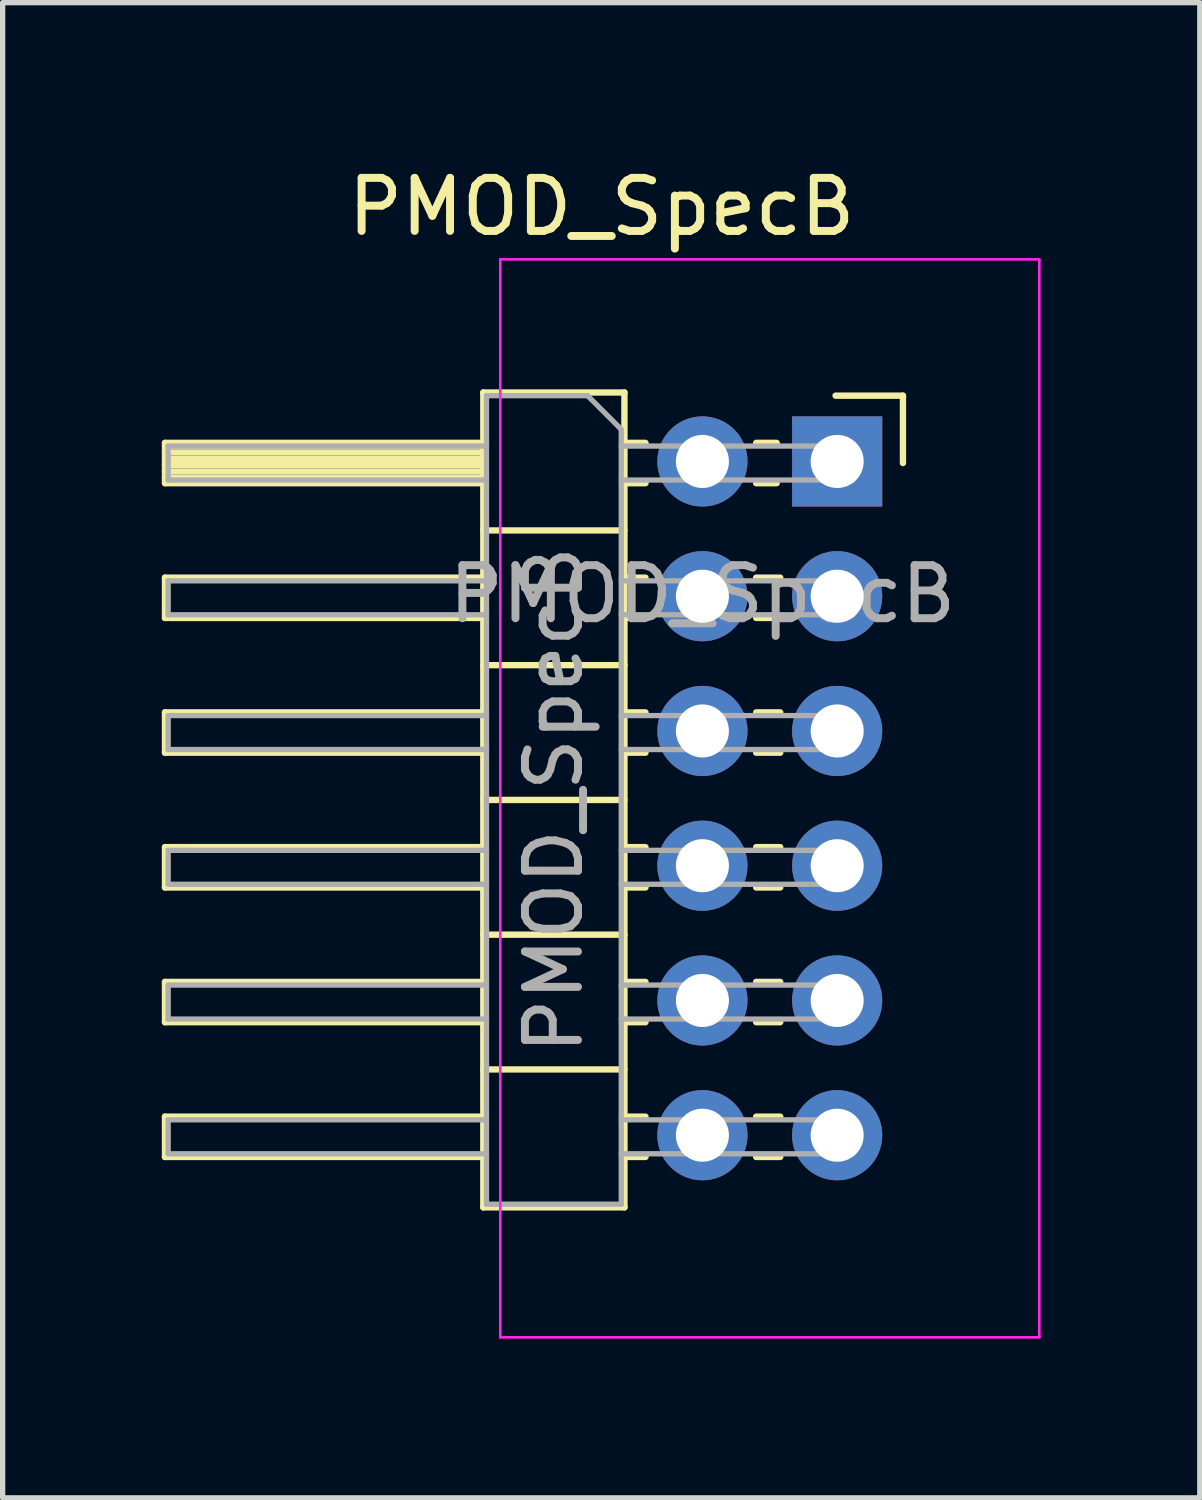
<source format=kicad_pcb>
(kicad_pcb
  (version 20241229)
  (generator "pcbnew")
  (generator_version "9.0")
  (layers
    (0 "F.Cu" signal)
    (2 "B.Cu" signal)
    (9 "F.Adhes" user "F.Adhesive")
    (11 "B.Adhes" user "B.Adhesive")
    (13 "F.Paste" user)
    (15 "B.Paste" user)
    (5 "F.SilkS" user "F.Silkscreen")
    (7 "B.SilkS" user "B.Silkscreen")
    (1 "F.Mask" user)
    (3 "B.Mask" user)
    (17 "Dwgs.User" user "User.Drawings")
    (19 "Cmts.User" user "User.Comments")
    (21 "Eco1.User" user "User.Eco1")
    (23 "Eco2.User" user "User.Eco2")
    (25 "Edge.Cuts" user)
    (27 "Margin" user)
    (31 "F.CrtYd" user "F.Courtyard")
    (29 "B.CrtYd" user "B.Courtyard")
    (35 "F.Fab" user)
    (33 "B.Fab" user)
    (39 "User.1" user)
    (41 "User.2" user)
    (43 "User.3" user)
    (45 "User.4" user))
  (footprint "PMOD_SpecB"
    (layer "F.Cu")
    (at 10.19 5.648)
    (property "Reference" "PMOD_SpecB" (at -1.9 -4.8 0) (unlocked yes) (layer "F.SilkS") (effects (font (size 1 1) (thickness 0.15))))
    (attr through_hole)
    (fp_line (start -10.13 -0.35) (end -10.13 0.41) (stroke (width 0.12) (type solid)) (layer "F.SilkS"))
    (fp_line (start -10.13 0.41) (end -4.13 0.41) (stroke (width 0.12) (type solid)) (layer "F.SilkS"))
    (fp_line (start -10.13 2.19) (end -10.13 2.95) (stroke (width 0.12) (type solid)) (layer "F.SilkS"))
    (fp_line (start -10.13 2.95) (end -4.13 2.95) (stroke (width 0.12) (type solid)) (layer "F.SilkS"))
    (fp_line (start -10.13 4.73) (end -10.13 5.49) (stroke (width 0.12) (type solid)) (layer "F.SilkS"))
    (fp_line (start -10.13 5.49) (end -4.13 5.49) (stroke (width 0.12) (type solid)) (layer "F.SilkS"))
    (fp_line (start -10.13 7.27) (end -10.13 8.03) (stroke (width 0.12) (type solid)) (layer "F.SilkS"))
    (fp_line (start -10.13 8.03) (end -4.13 8.03) (stroke (width 0.12) (type solid)) (layer "F.SilkS"))
    (fp_line (start -10.13 9.81) (end -10.13 10.57) (stroke (width 0.12) (type solid)) (layer "F.SilkS"))
    (fp_line (start -10.13 10.57) (end -4.13 10.57) (stroke (width 0.12) (type solid)) (layer "F.SilkS"))
    (fp_line (start -10.13 12.35) (end -10.13 13.11) (stroke (width 0.12) (type solid)) (layer "F.SilkS"))
    (fp_line (start -10.13 13.11) (end -4.13 13.11) (stroke (width 0.12) (type solid)) (layer "F.SilkS"))
    (fp_line (start -4.13 -1.3) (end -1.47 -1.3) (stroke (width 0.12) (type solid)) (layer "F.SilkS"))
    (fp_line (start -4.13 -0.35) (end -10.13 -0.35) (stroke (width 0.12) (type solid)) (layer "F.SilkS"))
    (fp_line (start -4.13 -0.29) (end -10.13 -0.29) (stroke (width 0.12) (type solid)) (layer "F.SilkS"))
    (fp_line (start -4.13 -0.17) (end -10.13 -0.17) (stroke (width 0.12) (type solid)) (layer "F.SilkS"))
    (fp_line (start -4.13 -0.05) (end -10.13 -0.05) (stroke (width 0.12) (type solid)) (layer "F.SilkS"))
    (fp_line (start -4.13 0.07) (end -10.13 0.07) (stroke (width 0.12) (type solid)) (layer "F.SilkS"))
    (fp_line (start -4.13 0.19) (end -10.13 0.19) (stroke (width 0.12) (type solid)) (layer "F.SilkS"))
    (fp_line (start -4.13 0.31) (end -10.13 0.31) (stroke (width 0.12) (type solid)) (layer "F.SilkS"))
    (fp_line (start -4.13 2.19) (end -10.13 2.19) (stroke (width 0.12) (type solid)) (layer "F.SilkS"))
    (fp_line (start -4.13 4.73) (end -10.13 4.73) (stroke (width 0.12) (type solid)) (layer "F.SilkS"))
    (fp_line (start -4.13 7.27) (end -10.13 7.27) (stroke (width 0.12) (type solid)) (layer "F.SilkS"))
    (fp_line (start -4.13 9.81) (end -10.13 9.81) (stroke (width 0.12) (type solid)) (layer "F.SilkS"))
    (fp_line (start -4.13 12.35) (end -10.13 12.35) (stroke (width 0.12) (type solid)) (layer "F.SilkS"))
    (fp_line (start -4.13 14.06) (end -4.13 -1.3) (stroke (width 0.12) (type solid)) (layer "F.SilkS"))
    (fp_line (start -1.47 -1.3) (end -1.47 14.06) (stroke (width 0.12) (type solid)) (layer "F.SilkS"))
    (fp_line (start -1.47 1.3) (end -4.13 1.3) (stroke (width 0.12) (type solid)) (layer "F.SilkS"))
    (fp_line (start -1.47 3.84) (end -4.13 3.84) (stroke (width 0.12) (type solid)) (layer "F.SilkS"))
    (fp_line (start -1.47 6.38) (end -4.13 6.38) (stroke (width 0.12) (type solid)) (layer "F.SilkS"))
    (fp_line (start -1.47 8.92) (end -4.13 8.92) (stroke (width 0.12) (type solid)) (layer "F.SilkS"))
    (fp_line (start -1.47 11.46) (end -4.13 11.46) (stroke (width 0.12) (type solid)) (layer "F.SilkS"))
    (fp_line (start -1.47 14.06) (end -4.13 14.06) (stroke (width 0.12) (type solid)) (layer "F.SilkS"))
    (fp_line (start -1.073 -0.35) (end -1.47 -0.35) (stroke (width 0.12) (type solid)) (layer "F.SilkS"))
    (fp_line (start -1.073 0.41) (end -1.47 0.41) (stroke (width 0.12) (type solid)) (layer "F.SilkS"))
    (fp_line (start -1.073 2.19) (end -1.47 2.19) (stroke (width 0.12) (type solid)) (layer "F.SilkS"))
    (fp_line (start -1.073 2.95) (end -1.47 2.95) (stroke (width 0.12) (type solid)) (layer "F.SilkS"))
    (fp_line (start -1.073 4.73) (end -1.47 4.73) (stroke (width 0.12) (type solid)) (layer "F.SilkS"))
    (fp_line (start -1.073 5.49) (end -1.47 5.49) (stroke (width 0.12) (type solid)) (layer "F.SilkS"))
    (fp_line (start -1.073 7.27) (end -1.47 7.27) (stroke (width 0.12) (type solid)) (layer "F.SilkS"))
    (fp_line (start -1.073 8.03) (end -1.47 8.03) (stroke (width 0.12) (type solid)) (layer "F.SilkS"))
    (fp_line (start -1.073 9.81) (end -1.47 9.81) (stroke (width 0.12) (type solid)) (layer "F.SilkS"))
    (fp_line (start -1.073 10.57) (end -1.47 10.57) (stroke (width 0.12) (type solid)) (layer "F.SilkS"))
    (fp_line (start -1.073 12.35) (end -1.47 12.35) (stroke (width 0.12) (type solid)) (layer "F.SilkS"))
    (fp_line (start -1.073 13.11) (end -1.47 13.11) (stroke (width 0.12) (type solid)) (layer "F.SilkS"))
    (fp_line (start 1.4 -0.35) (end 1.013 -0.35) (stroke (width 0.12) (type solid)) (layer "F.SilkS"))
    (fp_line (start 1.4 0.41) (end 1.013 0.41) (stroke (width 0.12) (type solid)) (layer "F.SilkS"))
    (fp_line (start 1.467 2.19) (end 1.013 2.19) (stroke (width 0.12) (type solid)) (layer "F.SilkS"))
    (fp_line (start 1.467 2.95) (end 1.013 2.95) (stroke (width 0.12) (type solid)) (layer "F.SilkS"))
    (fp_line (start 1.467 4.73) (end 1.013 4.73) (stroke (width 0.12) (type solid)) (layer "F.SilkS"))
    (fp_line (start 1.467 5.49) (end 1.013 5.49) (stroke (width 0.12) (type solid)) (layer "F.SilkS"))
    (fp_line (start 1.467 7.27) (end 1.013 7.27) (stroke (width 0.12) (type solid)) (layer "F.SilkS"))
    (fp_line (start 1.467 8.03) (end 1.013 8.03) (stroke (width 0.12) (type solid)) (layer "F.SilkS"))
    (fp_line (start 1.467 9.81) (end 1.013 9.81) (stroke (width 0.12) (type solid)) (layer "F.SilkS"))
    (fp_line (start 1.467 10.57) (end 1.013 10.57) (stroke (width 0.12) (type solid)) (layer "F.SilkS"))
    (fp_line (start 1.467 12.35) (end 1.013 12.35) (stroke (width 0.12) (type solid)) (layer "F.SilkS"))
    (fp_line (start 1.467 13.11) (end 1.013 13.11) (stroke (width 0.12) (type solid)) (layer "F.SilkS"))
    (fp_line (start 3.78 -1.24) (end 2.51 -1.24) (stroke (width 0.12) (type solid)) (layer "F.SilkS"))
    (fp_line (start 3.78 0.03) (end 3.78 -1.24) (stroke (width 0.12) (type solid)) (layer "F.SilkS"))
    (fp_line (start -3.81 -3.81) (end -3.81 16.51) (stroke (width 0.05) (type solid)) (layer "F.CrtYd"))
    (fp_line (start -3.81 16.51) (end 6.35 16.51) (stroke (width 0.05) (type solid)) (layer "F.CrtYd"))
    (fp_line (start 6.35 -3.81) (end -3.81 -3.81) (stroke (width 0.05) (type solid)) (layer "F.CrtYd"))
    (fp_line (start 6.35 16.51) (end 6.35 -3.81) (stroke (width 0.05) (type solid)) (layer "F.CrtYd"))
    (fp_line (start -10.07 -0.29) (end -10.07 0.35) (stroke (width 0.1) (type solid)) (layer "F.Fab"))
    (fp_line (start -10.07 2.25) (end -10.07 2.89) (stroke (width 0.1) (type solid)) (layer "F.Fab"))
    (fp_line (start -10.07 4.79) (end -10.07 5.43) (stroke (width 0.1) (type solid)) (layer "F.Fab"))
    (fp_line (start -10.07 7.33) (end -10.07 7.97) (stroke (width 0.1) (type solid)) (layer "F.Fab"))
    (fp_line (start -10.07 9.87) (end -10.07 10.51) (stroke (width 0.1) (type solid)) (layer "F.Fab"))
    (fp_line (start -10.07 12.41) (end -10.07 13.05) (stroke (width 0.1) (type solid)) (layer "F.Fab"))
    (fp_line (start -4.07 -1.24) (end -4.07 14) (stroke (width 0.1) (type solid)) (layer "F.Fab"))
    (fp_line (start -4.07 -0.29) (end -10.07 -0.29) (stroke (width 0.1) (type solid)) (layer "F.Fab"))
    (fp_line (start -4.07 0.35) (end -10.07 0.35) (stroke (width 0.1) (type solid)) (layer "F.Fab"))
    (fp_line (start -4.07 2.25) (end -10.07 2.25) (stroke (width 0.1) (type solid)) (layer "F.Fab"))
    (fp_line (start -4.07 2.89) (end -10.07 2.89) (stroke (width 0.1) (type solid)) (layer "F.Fab"))
    (fp_line (start -4.07 4.79) (end -10.07 4.79) (stroke (width 0.1) (type solid)) (layer "F.Fab"))
    (fp_line (start -4.07 5.43) (end -10.07 5.43) (stroke (width 0.1) (type solid)) (layer "F.Fab"))
    (fp_line (start -4.07 7.33) (end -10.07 7.33) (stroke (width 0.1) (type solid)) (layer "F.Fab"))
    (fp_line (start -4.07 7.97) (end -10.07 7.97) (stroke (width 0.1) (type solid)) (layer "F.Fab"))
    (fp_line (start -4.07 9.87) (end -10.07 9.87) (stroke (width 0.1) (type solid)) (layer "F.Fab"))
    (fp_line (start -4.07 10.51) (end -10.07 10.51) (stroke (width 0.1) (type solid)) (layer "F.Fab"))
    (fp_line (start -4.07 12.41) (end -10.07 12.41) (stroke (width 0.1) (type solid)) (layer "F.Fab"))
    (fp_line (start -4.07 13.05) (end -10.07 13.05) (stroke (width 0.1) (type solid)) (layer "F.Fab"))
    (fp_line (start -4.07 14) (end -1.53 14) (stroke (width 0.1) (type solid)) (layer "F.Fab"))
    (fp_line (start -2.165 -1.24) (end -4.07 -1.24) (stroke (width 0.1) (type solid)) (layer "F.Fab"))
    (fp_line (start -1.53 -0.605) (end -2.165 -1.24) (stroke (width 0.1) (type solid)) (layer "F.Fab"))
    (fp_line (start -1.53 14) (end -1.53 -0.605) (stroke (width 0.1) (type solid)) (layer "F.Fab"))
    (fp_line (start 2.83 -0.29) (end -1.53 -0.29) (stroke (width 0.1) (type solid)) (layer "F.Fab"))
    (fp_line (start 2.83 -0.29) (end 2.83 0.35) (stroke (width 0.1) (type solid)) (layer "F.Fab"))
    (fp_line (start 2.83 0.35) (end -1.53 0.35) (stroke (width 0.1) (type solid)) (layer "F.Fab"))
    (fp_line (start 2.83 2.25) (end -1.53 2.25) (stroke (width 0.1) (type solid)) (layer "F.Fab"))
    (fp_line (start 2.83 2.25) (end 2.83 2.89) (stroke (width 0.1) (type solid)) (layer "F.Fab"))
    (fp_line (start 2.83 2.89) (end -1.53 2.89) (stroke (width 0.1) (type solid)) (layer "F.Fab"))
    (fp_line (start 2.83 4.79) (end -1.53 4.79) (stroke (width 0.1) (type solid)) (layer "F.Fab"))
    (fp_line (start 2.83 4.79) (end 2.83 5.43) (stroke (width 0.1) (type solid)) (layer "F.Fab"))
    (fp_line (start 2.83 5.43) (end -1.53 5.43) (stroke (width 0.1) (type solid)) (layer "F.Fab"))
    (fp_line (start 2.83 7.33) (end -1.53 7.33) (stroke (width 0.1) (type solid)) (layer "F.Fab"))
    (fp_line (start 2.83 7.33) (end 2.83 7.97) (stroke (width 0.1) (type solid)) (layer "F.Fab"))
    (fp_line (start 2.83 7.97) (end -1.53 7.97) (stroke (width 0.1) (type solid)) (layer "F.Fab"))
    (fp_line (start 2.83 9.87) (end -1.53 9.87) (stroke (width 0.1) (type solid)) (layer "F.Fab"))
    (fp_line (start 2.83 9.87) (end 2.83 10.51) (stroke (width 0.1) (type solid)) (layer "F.Fab"))
    (fp_line (start 2.83 10.51) (end -1.53 10.51) (stroke (width 0.1) (type solid)) (layer "F.Fab"))
    (fp_line (start 2.83 12.41) (end -1.53 12.41) (stroke (width 0.1) (type solid)) (layer "F.Fab"))
    (fp_line (start 2.83 12.41) (end 2.83 13.05) (stroke (width 0.1) (type solid)) (layer "F.Fab"))
    (fp_line (start 2.83 13.05) (end -1.53 13.05) (stroke (width 0.1) (type solid)) (layer "F.Fab"))
    (fp_text user "${REFERENCE}" (at -2.8 6.38 90) (layer "F.Fab") (effects (font (size 1 1) (thickness 0.15))))
    (fp_text user "${REFERENCE}" (at 0 2.5 0) (unlocked yes) (layer "F.Fab") (effects (font (size 1 1) (thickness 0.15))))
    (pad "1" thru_hole rect (at 2.54 0) (size 1.7 1.7) (drill 1) (layers "*.Cu" "*.Mask"))
    (pad "2" thru_hole oval (at 2.54 2.54) (size 1.7 1.7) (drill 1) (layers "*.Cu" "*.Mask"))
    (pad "3" thru_hole oval (at 2.54 5.08) (size 1.7 1.7) (drill 1) (layers "*.Cu" "*.Mask"))
    (pad "4" thru_hole oval (at 2.54 7.62) (size 1.7 1.7) (drill 1) (layers "*.Cu" "*.Mask"))
    (pad "5" thru_hole oval (at 2.54 10.16) (size 1.7 1.7) (drill 1) (layers "*.Cu" "*.Mask"))
    (pad "6" thru_hole oval (at 2.54 12.7) (size 1.7 1.7) (drill 1) (layers "*.Cu" "*.Mask"))
    (pad "7" thru_hole oval (at 0 0) (size 1.7 1.7) (drill 1) (layers "*.Cu" "*.Mask"))
    (pad "8" thru_hole oval (at 0 2.54) (size 1.7 1.7) (drill 1) (layers "*.Cu" "*.Mask"))
    (pad "9" thru_hole oval (at 0 5.08) (size 1.7 1.7) (drill 1) (layers "*.Cu" "*.Mask"))
    (pad "10" thru_hole oval (at 0 7.62) (size 1.7 1.7) (drill 1) (layers "*.Cu" "*.Mask"))
    (pad "11" thru_hole oval (at 0 10.16) (size 1.7 1.7) (drill 1) (layers "*.Cu" "*.Mask"))
    (pad "12" thru_hole oval (at 0 12.7) (size 1.7 1.7) (drill 1) (layers "*.Cu" "*.Mask")))
  (gr_rect
    (start -3 -3)
    (end 19.565 25.183)
    (stroke (width 0.1) (type default))
    (fill no)
    (layer "Edge.Cuts")))
</source>
